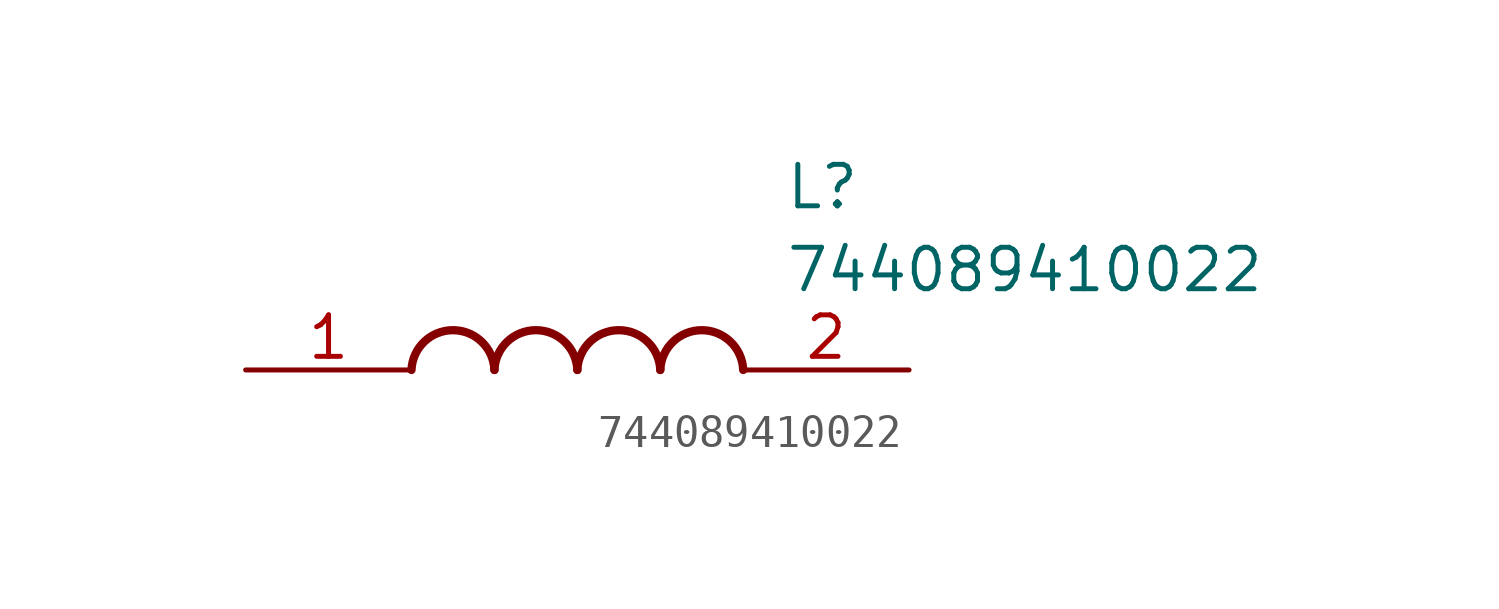
<source format=kicad_sym>
(kicad_symbol_lib
  (version 20211014)
  (generator SamacSys_ECAD_Model)
  (symbol "744089410022"
    (pin_names hide)
    (property "Reference" "L"
      (at 16.51 6.35 0)
      (effects (font (size 1.27 1.27)) (justify left top)))
    (property "Value" "744089410022"
      (at 16.51 3.81 0)
      (effects (font (size 1.27 1.27)) (justify left top)))
    (arc
      (start 7.62 0)
      (mid 6.35 1.219)
      (end 5.08 0)
      (stroke (width 0.254) (type default))
      (fill (type none)))
    (arc
      (start 10.16 0)
      (mid 8.89 1.219)
      (end 7.62 0)
      (stroke (width 0.254) (type default))
      (fill (type none)))
    (arc
      (start 12.7 0)
      (mid 11.43 1.219)
      (end 10.16 0)
      (stroke (width 0.254) (type default))
      (fill (type none)))
    (arc
      (start 15.24 0)
      (mid 13.97 1.219)
      (end 12.7 0)
      (stroke (width 0.254) (type default))
      (fill (type none)))
    (pin passive line
      (at 0 0 0)
      (length 5.08)
      (name "1" (effects (font (size 1.27 1.27))))
      (number "1" (effects (font (size 1.27 1.27)))))
    (pin passive line
      (at 20.32 0 180)
      (length 5.08)
      (name "2" (effects (font (size 1.27 1.27))))
      (number "2" (effects (font (size 1.27 1.27)))))))
</source>
